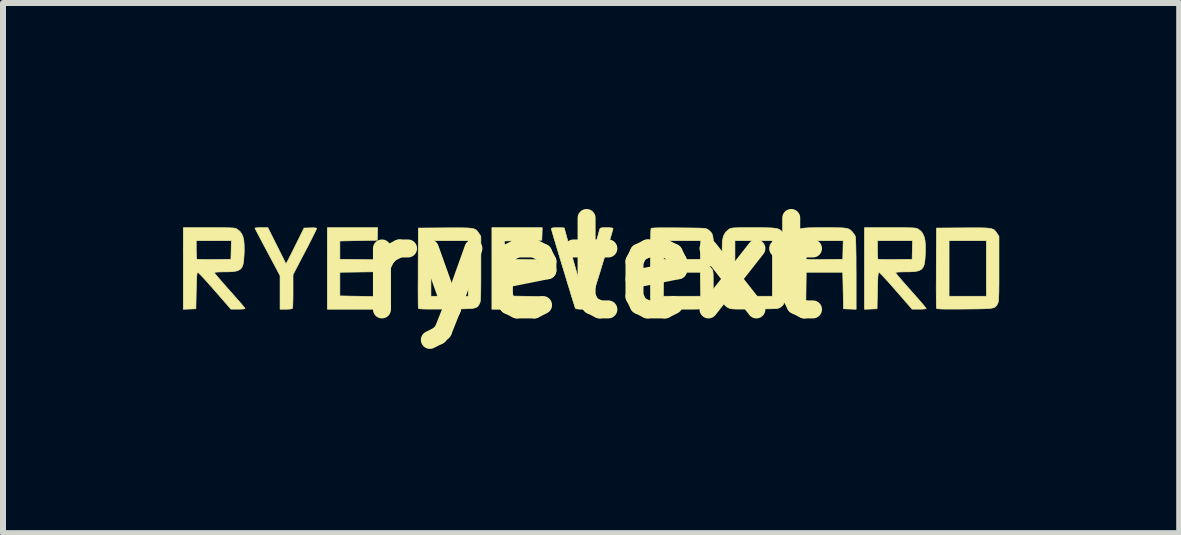
<source format=kicad_pcb>
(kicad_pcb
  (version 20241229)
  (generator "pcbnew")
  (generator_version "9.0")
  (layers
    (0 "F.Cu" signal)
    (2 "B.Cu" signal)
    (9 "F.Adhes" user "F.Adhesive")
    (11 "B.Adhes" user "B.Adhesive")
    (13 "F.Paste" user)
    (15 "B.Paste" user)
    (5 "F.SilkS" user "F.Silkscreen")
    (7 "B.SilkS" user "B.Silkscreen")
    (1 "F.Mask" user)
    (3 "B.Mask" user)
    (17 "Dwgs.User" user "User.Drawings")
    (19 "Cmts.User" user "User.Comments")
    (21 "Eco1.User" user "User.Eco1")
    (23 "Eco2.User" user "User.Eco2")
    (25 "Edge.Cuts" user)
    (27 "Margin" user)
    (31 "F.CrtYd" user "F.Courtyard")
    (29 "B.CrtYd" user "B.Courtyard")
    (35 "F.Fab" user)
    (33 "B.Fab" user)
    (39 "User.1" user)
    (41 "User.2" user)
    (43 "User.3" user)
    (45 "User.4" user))
  (footprint "ryetext"
    (layer "F.Cu")
    (at 6.8 1.418)
    (property "Reference" "ryetext" (at 0 0 0) (layer "F.SilkS") (effects (font (size 1.524 1.524) (thickness 0.3))))
    (attr through_hole)
    (fp_poly (pts (xy -3.559 -0.568) (xy -3.562 -0.464) (xy -4.185 -0.451) (xy -4.185 -0.146) (xy -3.908 -0.143) (xy -3.632 -0.139) (xy -3.632 0.063) (xy -4.185 0.07) (xy -4.185 0.464) (xy -3.562 0.476) (xy -3.559 0.581) (xy -3.555 0.686) (xy -4.394 0.686) (xy -4.394 -0.673) (xy -3.555 -0.673) (xy -3.559 -0.568)) (stroke (width 0.01) (type solid)) (fill yes) (layer "F.SilkS"))
    (fp_poly (pts (xy -0.815 -0.568) (xy -0.819 -0.464) (xy -1.441 -0.451) (xy -1.441 -0.146) (xy -1.165 -0.143) (xy -0.889 -0.139) (xy -0.889 0.063) (xy -1.441 0.07) (xy -1.441 0.464) (xy -0.819 0.476) (xy -0.815 0.581) (xy -0.812 0.686) (xy -1.651 0.686) (xy -1.651 -0.673) (xy -0.812 -0.673) (xy -0.815 -0.568)) (stroke (width 0.01) (type solid)) (fill yes) (layer "F.SilkS"))
    (fp_poly (pts (xy -5.234 -0.371) (xy -5.083 -0.07) (xy -5.061 -0.108) (xy -5.05 -0.13) (xy -5.029 -0.171) (xy -5 -0.228) (xy -4.966 -0.295) (xy -4.929 -0.37) (xy -4.911 -0.406) (xy -4.782 -0.667) (xy -4.677 -0.67) (xy -4.619 -0.671) (xy -4.585 -0.668) (xy -4.572 -0.661) (xy -4.572 -0.659) (xy -4.578 -0.645) (xy -4.594 -0.611) (xy -4.619 -0.56) (xy -4.652 -0.494) (xy -4.691 -0.417) (xy -4.735 -0.331) (xy -4.769 -0.267) (xy -4.966 0.11) (xy -4.966 0.378) (xy -4.966 0.459) (xy -4.967 0.532) (xy -4.969 0.593) (xy -4.97 0.638) (xy -4.973 0.663) (xy -4.973 0.666) (xy -4.983 0.676) (xy -5.004 0.682) (xy -5.042 0.685) (xy -5.081 0.686) (xy -5.182 0.686) (xy -5.182 0.126) (xy -5.391 -0.266) (xy -5.44 -0.358) (xy -5.485 -0.442) (xy -5.524 -0.517) (xy -5.557 -0.579) (xy -5.581 -0.626) (xy -5.596 -0.656) (xy -5.601 -0.666) (xy -5.589 -0.669) (xy -5.558 -0.672) (xy -5.513 -0.673) (xy -5.493 -0.673) (xy -5.385 -0.673) (xy -5.234 -0.371)) (stroke (width 0.01) (type solid)) (fill yes) (layer "F.SilkS"))
    (fp_poly (pts (xy -2.121 -0.67) (xy -2.055 -0.668) (xy -2.005 -0.664) (xy -1.966 -0.657) (xy -1.937 -0.648) (xy -1.915 -0.636) (xy -1.898 -0.62) (xy -1.882 -0.6) (xy -1.869 -0.58) (xy -1.835 -0.529) (xy -1.835 0.012) (xy -1.835 0.144) (xy -1.835 0.254) (xy -1.836 0.343) (xy -1.837 0.413) (xy -1.839 0.468) (xy -1.841 0.51) (xy -1.843 0.541) (xy -1.847 0.563) (xy -1.851 0.579) (xy -1.856 0.591) (xy -1.858 0.594) (xy -1.87 0.615) (xy -1.881 0.632) (xy -1.896 0.647) (xy -1.915 0.657) (xy -1.942 0.666) (xy -1.978 0.672) (xy -2.028 0.676) (xy -2.092 0.679) (xy -2.174 0.681) (xy -2.276 0.682) (xy -2.401 0.683) (xy -2.409 0.683) (xy -2.534 0.684) (xy -2.636 0.684) (xy -2.716 0.684) (xy -2.778 0.683) (xy -2.823 0.681) (xy -2.852 0.679) (xy -2.87 0.675) (xy -2.877 0.671) (xy -2.877 0.671) (xy -2.878 0.655) (xy -2.879 0.616) (xy -2.88 0.557) (xy -2.88 0.48) (xy -2.881 0.388) (xy -2.881 0.282) (xy -2.88 0.165) (xy -2.88 0.04) (xy -2.88 -0.006) (xy -2.878 -0.457) (xy -2.667 -0.457) (xy -2.667 0.47) (xy -2.045 0.47) (xy -2.045 -0.457) (xy -2.667 -0.457) (xy -2.878 -0.457) (xy -2.877 -0.667) (xy -2.434 -0.67) (xy -2.308 -0.671) (xy -2.205 -0.671) (xy -2.121 -0.67)) (stroke (width 0.01) (type solid)) (fill yes) (layer "F.SilkS"))
    (fp_poly (pts (xy 6.515 -0.67) (xy 6.581 -0.668) (xy 6.631 -0.664) (xy 6.67 -0.657) (xy 6.699 -0.648) (xy 6.721 -0.636) (xy 6.738 -0.62) (xy 6.754 -0.6) (xy 6.767 -0.58) (xy 6.801 -0.529) (xy 6.801 0.012) (xy 6.801 0.144) (xy 6.801 0.254) (xy 6.8 0.343) (xy 6.799 0.413) (xy 6.797 0.468) (xy 6.795 0.51) (xy 6.793 0.541) (xy 6.789 0.563) (xy 6.785 0.579) (xy 6.78 0.591) (xy 6.778 0.594) (xy 6.766 0.615) (xy 6.755 0.632) (xy 6.74 0.647) (xy 6.721 0.657) (xy 6.694 0.666) (xy 6.658 0.672) (xy 6.608 0.676) (xy 6.544 0.679) (xy 6.462 0.681) (xy 6.36 0.682) (xy 6.235 0.683) (xy 6.227 0.683) (xy 6.102 0.684) (xy 6 0.684) (xy 5.92 0.684) (xy 5.858 0.683) (xy 5.813 0.681) (xy 5.784 0.679) (xy 5.766 0.675) (xy 5.759 0.671) (xy 5.759 0.671) (xy 5.758 0.655) (xy 5.757 0.616) (xy 5.756 0.557) (xy 5.756 0.48) (xy 5.755 0.388) (xy 5.755 0.282) (xy 5.756 0.165) (xy 5.756 0.04) (xy 5.756 -0.006) (xy 5.758 -0.457) (xy 5.969 -0.457) (xy 5.969 0.47) (xy 6.591 0.47) (xy 6.591 -0.457) (xy 5.969 -0.457) (xy 5.758 -0.457) (xy 5.759 -0.667) (xy 6.202 -0.67) (xy 6.328 -0.671) (xy 6.431 -0.671) (xy 6.515 -0.67)) (stroke (width 0.01) (type solid)) (fill yes) (layer "F.SilkS"))
    (fp_poly (pts (xy 4.003 -0.673) (xy 4.092 -0.672) (xy 4.162 -0.671) (xy 4.215 -0.668) (xy 4.255 -0.663) (xy 4.285 -0.655) (xy 4.309 -0.645) (xy 4.328 -0.631) (xy 4.347 -0.613) (xy 4.358 -0.601) (xy 4.385 -0.567) (xy 4.405 -0.533) (xy 4.406 -0.529) (xy 4.41 -0.506) (xy 4.413 -0.458) (xy 4.415 -0.386) (xy 4.417 -0.29) (xy 4.419 -0.17) (xy 4.419 -0.026) (xy 4.42 0.097) (xy 4.42 0.687) (xy 4.315 0.683) (xy 4.21 0.679) (xy 4.197 0.07) (xy 3.588 0.07) (xy 3.581 0.686) (xy 3.48 0.686) (xy 3.429 0.685) (xy 3.398 0.683) (xy 3.382 0.677) (xy 3.374 0.666) (xy 3.371 0.656) (xy 3.37 0.638) (xy 3.369 0.597) (xy 3.368 0.535) (xy 3.367 0.457) (xy 3.367 0.364) (xy 3.367 0.259) (xy 3.367 0.144) (xy 3.368 0.049) (xy 3.371 -0.457) (xy 3.581 -0.457) (xy 3.581 -0.307) (xy 3.582 -0.247) (xy 3.584 -0.198) (xy 3.587 -0.163) (xy 3.59 -0.148) (xy 3.605 -0.146) (xy 3.641 -0.144) (xy 3.696 -0.143) (xy 3.765 -0.142) (xy 3.844 -0.142) (xy 3.898 -0.143) (xy 4.197 -0.146) (xy 4.201 -0.302) (xy 4.204 -0.457) (xy 3.893 -0.457) (xy 3.581 -0.457) (xy 3.371 -0.457) (xy 3.372 -0.529) (xy 3.406 -0.58) (xy 3.423 -0.605) (xy 3.441 -0.625) (xy 3.461 -0.641) (xy 3.488 -0.653) (xy 3.523 -0.662) (xy 3.57 -0.667) (xy 3.632 -0.671) (xy 3.711 -0.672) (xy 3.811 -0.673) (xy 3.892 -0.673) (xy 4.003 -0.673)) (stroke (width 0.01) (type solid)) (fill yes) (layer "F.SilkS"))
    (fp_poly (pts (xy 2.823 -0.673) (xy 2.916 -0.672) (xy 2.989 -0.67) (xy 3.046 -0.666) (xy 3.089 -0.66) (xy 3.121 -0.652) (xy 3.146 -0.64) (xy 3.166 -0.625) (xy 3.184 -0.605) (xy 3.196 -0.59) (xy 3.232 -0.542) (xy 3.236 -0.001) (xy 3.236 0.137) (xy 3.237 0.252) (xy 3.236 0.347) (xy 3.235 0.423) (xy 3.233 0.483) (xy 3.229 0.53) (xy 3.223 0.565) (xy 3.215 0.591) (xy 3.204 0.611) (xy 3.191 0.627) (xy 3.175 0.64) (xy 3.158 0.653) (xy 3.147 0.661) (xy 3.134 0.666) (xy 3.116 0.671) (xy 3.091 0.675) (xy 3.055 0.677) (xy 3.006 0.679) (xy 2.941 0.68) (xy 2.857 0.681) (xy 2.75 0.682) (xy 2.726 0.683) (xy 2.616 0.683) (xy 2.527 0.684) (xy 2.458 0.684) (xy 2.406 0.683) (xy 2.367 0.681) (xy 2.339 0.678) (xy 2.319 0.674) (xy 2.303 0.669) (xy 2.289 0.662) (xy 2.283 0.658) (xy 2.261 0.644) (xy 2.242 0.63) (xy 2.227 0.613) (xy 2.215 0.591) (xy 2.206 0.56) (xy 2.199 0.519) (xy 2.195 0.466) (xy 2.191 0.396) (xy 2.189 0.309) (xy 2.188 0.201) (xy 2.187 0.083) (xy 2.186 -0.027) (xy 2.186 -0.131) (xy 2.186 -0.227) (xy 2.187 -0.311) (xy 2.188 -0.379) (xy 2.189 -0.429) (xy 2.191 -0.454) (xy 2.192 -0.457) (xy 2.4 -0.457) (xy 2.4 0.47) (xy 3.023 0.47) (xy 3.023 -0.457) (xy 2.4 -0.457) (xy 2.192 -0.457) (xy 2.208 -0.532) (xy 2.241 -0.593) (xy 2.294 -0.642) (xy 2.298 -0.644) (xy 2.311 -0.653) (xy 2.324 -0.659) (xy 2.342 -0.664) (xy 2.365 -0.668) (xy 2.399 -0.67) (xy 2.445 -0.672) (xy 2.507 -0.673) (xy 2.588 -0.673) (xy 2.691 -0.673) (xy 2.707 -0.673) (xy 2.823 -0.673)) (stroke (width 0.01) (type solid)) (fill yes) (layer "F.SilkS"))
    (fp_poly (pts (xy -6.249 -0.673) (xy -6.156 -0.673) (xy -6.082 -0.672) (xy -6.026 -0.671) (xy -5.984 -0.669) (xy -5.954 -0.667) (xy -5.932 -0.663) (xy -5.916 -0.658) (xy -5.904 -0.652) (xy -5.892 -0.644) (xy -5.852 -0.612) (xy -5.822 -0.572) (xy -5.8 -0.523) (xy -5.786 -0.461) (xy -5.78 -0.383) (xy -5.779 -0.284) (xy -5.782 -0.213) (xy -5.788 -0.126) (xy -5.799 -0.059) (xy -5.819 -0.01) (xy -5.849 0.024) (xy -5.894 0.046) (xy -5.956 0.058) (xy -6.039 0.063) (xy -6.098 0.063) (xy -6.162 0.064) (xy -6.216 0.066) (xy -6.256 0.069) (xy -6.277 0.072) (xy -6.278 0.073) (xy -6.272 0.085) (xy -6.25 0.113) (xy -6.215 0.155) (xy -6.169 0.208) (xy -6.115 0.271) (xy -6.053 0.341) (xy -6.025 0.372) (xy -5.961 0.445) (xy -5.902 0.511) (xy -5.851 0.57) (xy -5.81 0.617) (xy -5.782 0.652) (xy -5.767 0.671) (xy -5.766 0.674) (xy -5.778 0.679) (xy -5.809 0.683) (xy -5.855 0.685) (xy -5.883 0.685) (xy -6.001 0.685) (xy -6.272 0.374) (xy -6.338 0.299) (xy -6.399 0.23) (xy -6.453 0.171) (xy -6.498 0.123) (xy -6.532 0.089) (xy -6.552 0.07) (xy -6.558 0.067) (xy -6.563 0.079) (xy -6.568 0.111) (xy -6.572 0.165) (xy -6.575 0.242) (xy -6.578 0.343) (xy -6.579 0.376) (xy -6.585 0.679) (xy -6.69 0.683) (xy -6.795 0.687) (xy -6.795 -0.457) (xy -6.579 -0.457) (xy -6.579 -0.307) (xy -6.578 -0.247) (xy -6.576 -0.198) (xy -6.573 -0.163) (xy -6.57 -0.148) (xy -6.555 -0.146) (xy -6.519 -0.144) (xy -6.465 -0.143) (xy -6.396 -0.142) (xy -6.318 -0.142) (xy -6.281 -0.143) (xy -6.001 -0.146) (xy -5.997 -0.302) (xy -5.994 -0.457) (xy -6.579 -0.457) (xy -6.795 -0.457) (xy -6.795 -0.673) (xy -6.365 -0.673) (xy -6.249 -0.673)) (stroke (width 0.01) (type solid)) (fill yes) (layer "F.SilkS"))
    (fp_poly (pts (xy 5.105 -0.673) (xy 5.198 -0.673) (xy 5.272 -0.672) (xy 5.328 -0.671) (xy 5.37 -0.669) (xy 5.4 -0.667) (xy 5.422 -0.663) (xy 5.438 -0.658) (xy 5.45 -0.652) (xy 5.462 -0.644) (xy 5.502 -0.612) (xy 5.532 -0.572) (xy 5.554 -0.523) (xy 5.568 -0.461) (xy 5.574 -0.383) (xy 5.574 -0.284) (xy 5.572 -0.213) (xy 5.566 -0.126) (xy 5.555 -0.059) (xy 5.535 -0.01) (xy 5.505 0.024) (xy 5.46 0.046) (xy 5.398 0.058) (xy 5.315 0.063) (xy 5.255 0.063) (xy 5.192 0.064) (xy 5.137 0.066) (xy 5.098 0.069) (xy 5.077 0.072) (xy 5.076 0.073) (xy 5.082 0.085) (xy 5.104 0.113) (xy 5.139 0.155) (xy 5.184 0.208) (xy 5.239 0.271) (xy 5.301 0.341) (xy 5.329 0.372) (xy 5.393 0.445) (xy 5.452 0.511) (xy 5.503 0.57) (xy 5.543 0.617) (xy 5.572 0.652) (xy 5.587 0.671) (xy 5.588 0.674) (xy 5.576 0.679) (xy 5.545 0.683) (xy 5.498 0.685) (xy 5.471 0.685) (xy 5.353 0.685) (xy 5.082 0.374) (xy 5.016 0.299) (xy 4.955 0.23) (xy 4.901 0.171) (xy 4.856 0.123) (xy 4.822 0.089) (xy 4.801 0.07) (xy 4.796 0.067) (xy 4.791 0.079) (xy 4.786 0.111) (xy 4.782 0.165) (xy 4.779 0.242) (xy 4.776 0.343) (xy 4.775 0.376) (xy 4.769 0.679) (xy 4.664 0.683) (xy 4.559 0.687) (xy 4.559 -0.457) (xy 4.775 -0.457) (xy 4.775 -0.307) (xy 4.776 -0.247) (xy 4.778 -0.198) (xy 4.781 -0.163) (xy 4.784 -0.148) (xy 4.799 -0.146) (xy 4.835 -0.144) (xy 4.889 -0.143) (xy 4.957 -0.142) (xy 5.036 -0.142) (xy 5.073 -0.143) (xy 5.353 -0.146) (xy 5.357 -0.302) (xy 5.36 -0.457) (xy 4.775 -0.457) (xy 4.559 -0.457) (xy 4.559 -0.673) (xy 4.989 -0.673) (xy 5.105 -0.673)) (stroke (width 0.01) (type solid)) (fill yes) (layer "F.SilkS"))
    (fp_poly (pts (xy -0.504 -0.672) (xy -0.466 -0.671) (xy -0.446 -0.668) (xy -0.445 -0.667) (xy -0.441 -0.653) (xy -0.432 -0.618) (xy -0.417 -0.564) (xy -0.398 -0.496) (xy -0.376 -0.415) (xy -0.351 -0.326) (xy -0.324 -0.231) (xy -0.297 -0.134) (xy -0.269 -0.037) (xy -0.243 0.056) (xy -0.218 0.142) (xy -0.196 0.219) (xy -0.178 0.282) (xy -0.164 0.329) (xy -0.156 0.356) (xy -0.154 0.362) (xy -0.143 0.387) (xy -0.136 0.362) (xy -0.131 0.344) (xy -0.12 0.305) (xy -0.103 0.247) (xy -0.083 0.173) (xy -0.058 0.085) (xy -0.031 -0.013) (xy -0.001 -0.118) (xy 0.006 -0.146) (xy 0.036 -0.253) (xy 0.064 -0.353) (xy 0.089 -0.443) (xy 0.111 -0.52) (xy 0.128 -0.582) (xy 0.14 -0.626) (xy 0.147 -0.649) (xy 0.148 -0.651) (xy 0.154 -0.662) (xy 0.17 -0.669) (xy 0.2 -0.672) (xy 0.25 -0.673) (xy 0.261 -0.673) (xy 0.318 -0.672) (xy 0.353 -0.668) (xy 0.367 -0.661) (xy 0.368 -0.657) (xy 0.365 -0.642) (xy 0.354 -0.605) (xy 0.338 -0.549) (xy 0.316 -0.476) (xy 0.29 -0.389) (xy 0.26 -0.29) (xy 0.227 -0.181) (xy 0.196 -0.083) (xy 0.16 0.036) (xy 0.125 0.151) (xy 0.091 0.258) (xy 0.061 0.356) (xy 0.035 0.441) (xy 0.014 0.509) (xy -0.001 0.559) (xy -0.008 0.581) (xy -0.04 0.686) (xy -0.147 0.686) (xy -0.207 0.684) (xy -0.244 0.679) (xy -0.26 0.671) (xy -0.26 0.67) (xy -0.269 0.642) (xy -0.284 0.595) (xy -0.304 0.531) (xy -0.329 0.451) (xy -0.356 0.361) (xy -0.387 0.261) (xy -0.419 0.155) (xy -0.452 0.045) (xy -0.486 -0.065) (xy -0.519 -0.174) (xy -0.55 -0.278) (xy -0.579 -0.375) (xy -0.605 -0.461) (xy -0.627 -0.535) (xy -0.644 -0.594) (xy -0.655 -0.634) (xy -0.66 -0.653) (xy -0.66 -0.654) (xy -0.656 -0.663) (xy -0.64 -0.669) (xy -0.607 -0.672) (xy -0.553 -0.673) (xy -0.552 -0.673) (xy -0.504 -0.672)) (stroke (width 0.01) (type solid)) (fill yes) (layer "F.SilkS"))
    (fp_poly (pts (xy 1.355 -0.671) (xy 1.464 -0.67) (xy 1.583 -0.669) (xy 1.68 -0.668) (xy 1.756 -0.667) (xy 1.815 -0.666) (xy 1.86 -0.663) (xy 1.892 -0.661) (xy 1.914 -0.657) (xy 1.93 -0.653) (xy 1.942 -0.647) (xy 1.951 -0.641) (xy 1.982 -0.615) (xy 2.005 -0.591) (xy 2.021 -0.564) (xy 2.031 -0.528) (xy 2.038 -0.479) (xy 2.041 -0.412) (xy 2.042 -0.352) (xy 2.044 -0.261) (xy 2.043 -0.191) (xy 2.04 -0.14) (xy 2.034 -0.102) (xy 2.024 -0.075) (xy 2.01 -0.055) (xy 2.005 -0.049) (xy 1.979 -0.023) (xy 2.009 0.009) (xy 2.019 0.02) (xy 2.026 0.033) (xy 2.031 0.05) (xy 2.035 0.076) (xy 2.037 0.114) (xy 2.038 0.167) (xy 2.038 0.24) (xy 2.038 0.296) (xy 2.038 0.397) (xy 2.036 0.475) (xy 2.032 0.534) (xy 2.025 0.578) (xy 2.014 0.609) (xy 1.998 0.631) (xy 1.977 0.648) (xy 1.95 0.662) (xy 1.935 0.668) (xy 1.917 0.673) (xy 1.893 0.677) (xy 1.862 0.68) (xy 1.819 0.682) (xy 1.763 0.684) (xy 1.691 0.685) (xy 1.599 0.685) (xy 1.486 0.685) (xy 1.452 0.686) (xy 1.333 0.685) (xy 1.237 0.685) (xy 1.161 0.684) (xy 1.103 0.683) (xy 1.06 0.681) (xy 1.031 0.679) (xy 1.013 0.675) (xy 1.003 0.671) (xy 0.998 0.666) (xy 0.998 0.666) (xy 0.996 0.648) (xy 0.995 0.609) (xy 0.993 0.55) (xy 0.992 0.474) (xy 0.992 0.47) (xy 1.206 0.47) (xy 1.829 0.47) (xy 1.822 0.07) (xy 1.213 0.07) (xy 1.209 0.27) (xy 1.206 0.47) (xy 0.992 0.47) (xy 0.992 0.386) (xy 0.991 0.287) (xy 0.991 0.18) (xy 0.991 0.069) (xy 0.991 -0.044) (xy 0.992 -0.156) (xy 0.992 -0.264) (xy 0.993 -0.364) (xy 0.994 -0.454) (xy 0.994 -0.457) (xy 1.206 -0.457) (xy 1.206 -0.307) (xy 1.207 -0.247) (xy 1.209 -0.198) (xy 1.212 -0.163) (xy 1.215 -0.148) (xy 1.23 -0.146) (xy 1.266 -0.144) (xy 1.321 -0.143) (xy 1.39 -0.142) (xy 1.47 -0.142) (xy 1.523 -0.143) (xy 1.822 -0.146) (xy 1.826 -0.302) (xy 1.83 -0.457) (xy 1.518 -0.457) (xy 1.206 -0.457) (xy 0.994 -0.457) (xy 0.996 -0.532) (xy 0.997 -0.593) (xy 0.999 -0.636) (xy 1.001 -0.656) (xy 1.001 -0.658) (xy 1.009 -0.662) (xy 1.028 -0.666) (xy 1.059 -0.668) (xy 1.105 -0.67) (xy 1.169 -0.671) (xy 1.251 -0.671) (xy 1.355 -0.671)) (stroke (width 0.01) (type solid)) (fill yes) (layer "F.SilkS")))
  (gr_rect
    (start -3 -3)
    (end 16.605 5.836)
    (stroke (width 0.1) (type default))
    (fill no)
    (layer "Edge.Cuts")))
</source>
